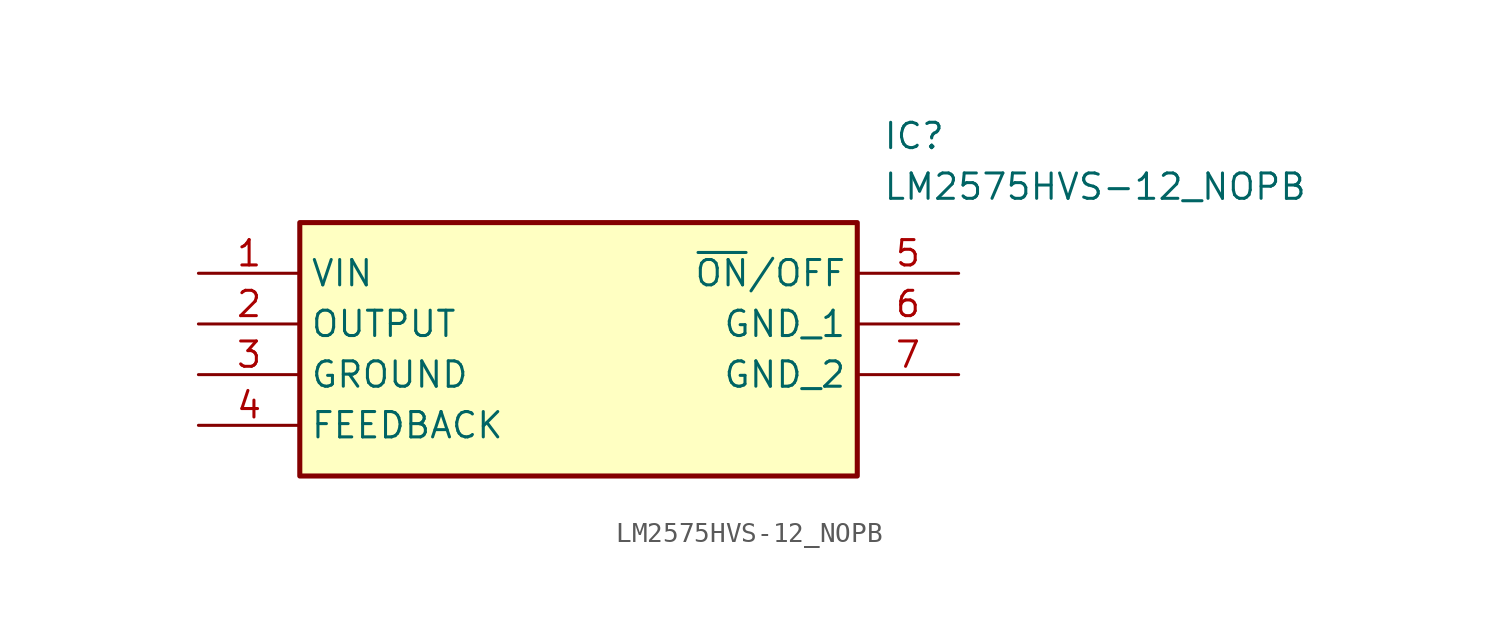
<source format=kicad_sym>
(kicad_symbol_lib
  (version 20211014)
  (generator SamacSys_ECAD_Model)
  (symbol "LM2575HVS-12_NOPB"
    (property "Reference" "IC"
      (at 34.29 7.62 0)
      (effects (font (size 1.27 1.27)) (justify left top)))
    (property "Value" "LM2575HVS-12_NOPB"
      (at 34.29 5.08 0)
      (effects (font (size 1.27 1.27)) (justify left top)))
    (rectangle
      (start 5.08 2.54)
      (end 33.02 -10.16)
      (stroke (width 0.254) (type default))
      (fill (type background)))
    (pin passive line
      (at 0 0 0)
      (length 5.08)
      (name "VIN" (effects (font (size 1.27 1.27))))
      (number "1" (effects (font (size 1.27 1.27)))))
    (pin passive line
      (at 0 -2.54 0)
      (length 5.08)
      (name "OUTPUT" (effects (font (size 1.27 1.27))))
      (number "2" (effects (font (size 1.27 1.27)))))
    (pin passive line
      (at 0 -5.08 0)
      (length 5.08)
      (name "GROUND" (effects (font (size 1.27 1.27))))
      (number "3" (effects (font (size 1.27 1.27)))))
    (pin passive line
      (at 0 -7.62 0)
      (length 5.08)
      (name "FEEDBACK" (effects (font (size 1.27 1.27))))
      (number "4" (effects (font (size 1.27 1.27)))))
    (pin passive line
      (at 38.1 0 180)
      (length 5.08)
      (name "~{ON}/OFF" (effects (font (size 1.27 1.27))))
      (number "5" (effects (font (size 1.27 1.27)))))
    (pin passive line
      (at 38.1 -2.54 180)
      (length 5.08)
      (name "GND_1" (effects (font (size 1.27 1.27))))
      (number "6" (effects (font (size 1.27 1.27)))))
    (pin passive line
      (at 38.1 -5.08 180)
      (length 5.08)
      (name "GND_2" (effects (font (size 1.27 1.27))))
      (number "7" (effects (font (size 1.27 1.27)))))))
</source>
